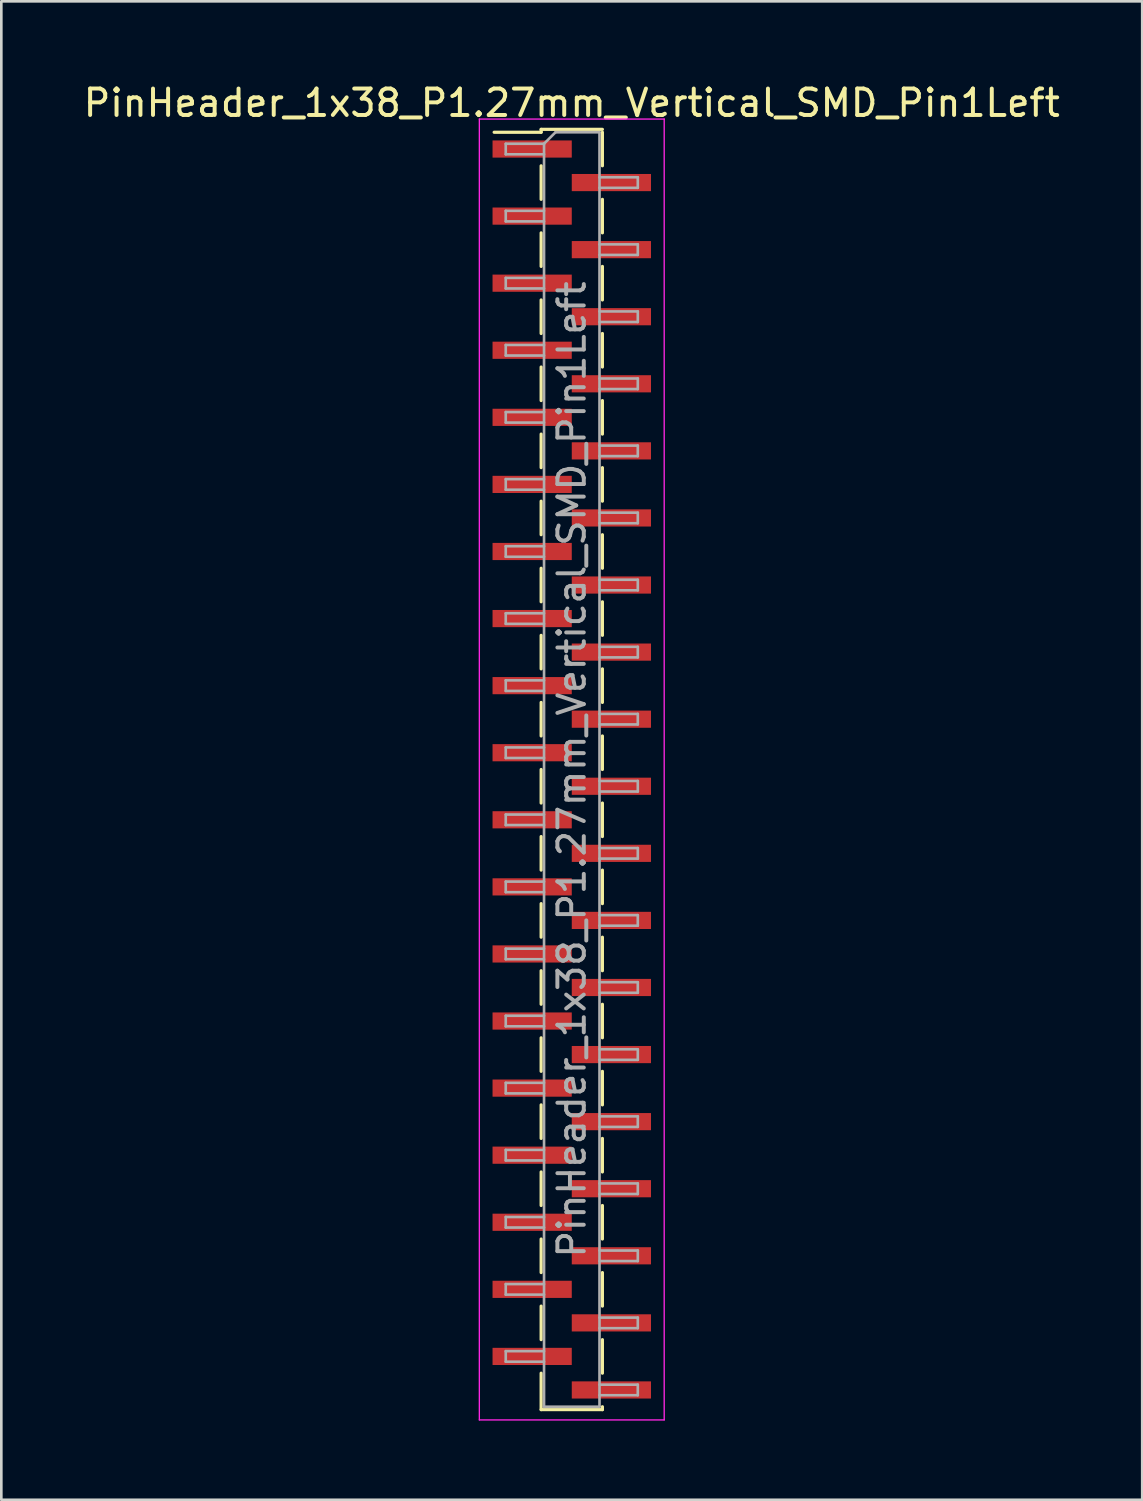
<source format=kicad_pcb>
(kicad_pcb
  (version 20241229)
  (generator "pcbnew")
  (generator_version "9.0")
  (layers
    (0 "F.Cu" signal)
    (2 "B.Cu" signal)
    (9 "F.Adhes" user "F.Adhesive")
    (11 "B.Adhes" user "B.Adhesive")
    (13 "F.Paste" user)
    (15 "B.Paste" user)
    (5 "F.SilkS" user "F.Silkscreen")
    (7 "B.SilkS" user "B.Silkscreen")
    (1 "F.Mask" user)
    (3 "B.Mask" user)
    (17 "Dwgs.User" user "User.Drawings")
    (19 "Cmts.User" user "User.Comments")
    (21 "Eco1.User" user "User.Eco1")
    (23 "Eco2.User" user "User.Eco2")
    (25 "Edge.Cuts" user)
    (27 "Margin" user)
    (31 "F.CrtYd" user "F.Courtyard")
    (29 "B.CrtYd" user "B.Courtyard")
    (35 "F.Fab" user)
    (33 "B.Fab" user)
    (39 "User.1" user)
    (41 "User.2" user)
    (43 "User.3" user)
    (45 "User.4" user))
  (footprint "PinHeader_1x38_P1.27mm_Vertical_SMD_Pin1Left"
    (layer "F.Cu")
    (at 18.601 26.088)
    (property "Reference" "PinHeader_1x38_P1.27mm_Vertical_SMD_Pin1Left" (at 0 -25.24 0) (layer "F.SilkS") (effects (font (size 1 1) (thickness 0.15))))
    (attr smd)
    (fp_line (start -1.16 -24.24) (end -1.16 -24.13) (stroke (width 0.12) (type solid)) (layer "F.SilkS"))
    (fp_line (start -1.16 -24.24) (end 1.16 -24.24) (stroke (width 0.12) (type solid)) (layer "F.SilkS"))
    (fp_line (start -1.16 -24.13) (end -2.94 -24.13) (stroke (width 0.12) (type solid)) (layer "F.SilkS"))
    (fp_line (start -1.16 -22.86) (end -1.16 -21.59) (stroke (width 0.12) (type solid)) (layer "F.SilkS"))
    (fp_line (start -1.16 -20.32) (end -1.16 -19.05) (stroke (width 0.12) (type solid)) (layer "F.SilkS"))
    (fp_line (start -1.16 -17.78) (end -1.16 -16.51) (stroke (width 0.12) (type solid)) (layer "F.SilkS"))
    (fp_line (start -1.16 -15.24) (end -1.16 -13.97) (stroke (width 0.12) (type solid)) (layer "F.SilkS"))
    (fp_line (start -1.16 -12.7) (end -1.16 -11.43) (stroke (width 0.12) (type solid)) (layer "F.SilkS"))
    (fp_line (start -1.16 -10.16) (end -1.16 -8.89) (stroke (width 0.12) (type solid)) (layer "F.SilkS"))
    (fp_line (start -1.16 -7.62) (end -1.16 -6.35) (stroke (width 0.12) (type solid)) (layer "F.SilkS"))
    (fp_line (start -1.16 -5.08) (end -1.16 -3.81) (stroke (width 0.12) (type solid)) (layer "F.SilkS"))
    (fp_line (start -1.16 -2.54) (end -1.16 -1.27) (stroke (width 0.12) (type solid)) (layer "F.SilkS"))
    (fp_line (start -1.16 0) (end -1.16 1.27) (stroke (width 0.12) (type solid)) (layer "F.SilkS"))
    (fp_line (start -1.16 2.54) (end -1.16 3.81) (stroke (width 0.12) (type solid)) (layer "F.SilkS"))
    (fp_line (start -1.16 5.08) (end -1.16 6.35) (stroke (width 0.12) (type solid)) (layer "F.SilkS"))
    (fp_line (start -1.16 7.62) (end -1.16 8.89) (stroke (width 0.12) (type solid)) (layer "F.SilkS"))
    (fp_line (start -1.16 10.16) (end -1.16 11.43) (stroke (width 0.12) (type solid)) (layer "F.SilkS"))
    (fp_line (start -1.16 12.7) (end -1.16 13.97) (stroke (width 0.12) (type solid)) (layer "F.SilkS"))
    (fp_line (start -1.16 15.24) (end -1.16 16.51) (stroke (width 0.12) (type solid)) (layer "F.SilkS"))
    (fp_line (start -1.16 17.78) (end -1.16 19.05) (stroke (width 0.12) (type solid)) (layer "F.SilkS"))
    (fp_line (start -1.16 20.32) (end -1.16 21.59) (stroke (width 0.12) (type solid)) (layer "F.SilkS"))
    (fp_line (start -1.16 22.86) (end -1.16 24.24) (stroke (width 0.12) (type solid)) (layer "F.SilkS"))
    (fp_line (start -1.16 24.24) (end 1.16 24.24) (stroke (width 0.12) (type solid)) (layer "F.SilkS"))
    (fp_line (start 1.16 -24.13) (end 1.16 -22.86) (stroke (width 0.12) (type solid)) (layer "F.SilkS"))
    (fp_line (start 1.16 -21.59) (end 1.16 -20.32) (stroke (width 0.12) (type solid)) (layer "F.SilkS"))
    (fp_line (start 1.16 -19.05) (end 1.16 -17.78) (stroke (width 0.12) (type solid)) (layer "F.SilkS"))
    (fp_line (start 1.16 -16.51) (end 1.16 -15.24) (stroke (width 0.12) (type solid)) (layer "F.SilkS"))
    (fp_line (start 1.16 -13.97) (end 1.16 -12.7) (stroke (width 0.12) (type solid)) (layer "F.SilkS"))
    (fp_line (start 1.16 -11.43) (end 1.16 -10.16) (stroke (width 0.12) (type solid)) (layer "F.SilkS"))
    (fp_line (start 1.16 -8.89) (end 1.16 -7.62) (stroke (width 0.12) (type solid)) (layer "F.SilkS"))
    (fp_line (start 1.16 -6.35) (end 1.16 -5.08) (stroke (width 0.12) (type solid)) (layer "F.SilkS"))
    (fp_line (start 1.16 -3.81) (end 1.16 -2.54) (stroke (width 0.12) (type solid)) (layer "F.SilkS"))
    (fp_line (start 1.16 -1.27) (end 1.16 0) (stroke (width 0.12) (type solid)) (layer "F.SilkS"))
    (fp_line (start 1.16 1.27) (end 1.16 2.54) (stroke (width 0.12) (type solid)) (layer "F.SilkS"))
    (fp_line (start 1.16 3.81) (end 1.16 5.08) (stroke (width 0.12) (type solid)) (layer "F.SilkS"))
    (fp_line (start 1.16 6.35) (end 1.16 7.62) (stroke (width 0.12) (type solid)) (layer "F.SilkS"))
    (fp_line (start 1.16 8.89) (end 1.16 10.16) (stroke (width 0.12) (type solid)) (layer "F.SilkS"))
    (fp_line (start 1.16 11.43) (end 1.16 12.7) (stroke (width 0.12) (type solid)) (layer "F.SilkS"))
    (fp_line (start 1.16 13.97) (end 1.16 15.24) (stroke (width 0.12) (type solid)) (layer "F.SilkS"))
    (fp_line (start 1.16 16.51) (end 1.16 17.78) (stroke (width 0.12) (type solid)) (layer "F.SilkS"))
    (fp_line (start 1.16 19.05) (end 1.16 20.32) (stroke (width 0.12) (type solid)) (layer "F.SilkS"))
    (fp_line (start 1.16 21.59) (end 1.16 22.86) (stroke (width 0.12) (type solid)) (layer "F.SilkS"))
    (fp_line (start 1.16 24.13) (end 1.16 24.24) (stroke (width 0.12) (type solid)) (layer "F.SilkS"))
    (fp_line (start -3.5 -24.63) (end -3.5 24.63) (stroke (width 0.05) (type solid)) (layer "F.CrtYd"))
    (fp_line (start -3.5 24.63) (end 3.5 24.63) (stroke (width 0.05) (type solid)) (layer "F.CrtYd"))
    (fp_line (start 3.5 -24.63) (end -3.5 -24.63) (stroke (width 0.05) (type solid)) (layer "F.CrtYd"))
    (fp_line (start 3.5 24.63) (end 3.5 -24.63) (stroke (width 0.05) (type solid)) (layer "F.CrtYd"))
    (fp_line (start -2.5 -23.695) (end -2.5 -23.295) (stroke (width 0.1) (type solid)) (layer "F.Fab"))
    (fp_line (start -2.5 -23.295) (end -1.05 -23.295) (stroke (width 0.1) (type solid)) (layer "F.Fab"))
    (fp_line (start -2.5 -21.155) (end -2.5 -20.755) (stroke (width 0.1) (type solid)) (layer "F.Fab"))
    (fp_line (start -2.5 -20.755) (end -1.05 -20.755) (stroke (width 0.1) (type solid)) (layer "F.Fab"))
    (fp_line (start -2.5 -18.615) (end -2.5 -18.215) (stroke (width 0.1) (type solid)) (layer "F.Fab"))
    (fp_line (start -2.5 -18.215) (end -1.05 -18.215) (stroke (width 0.1) (type solid)) (layer "F.Fab"))
    (fp_line (start -2.5 -16.075) (end -2.5 -15.675) (stroke (width 0.1) (type solid)) (layer "F.Fab"))
    (fp_line (start -2.5 -15.675) (end -1.05 -15.675) (stroke (width 0.1) (type solid)) (layer "F.Fab"))
    (fp_line (start -2.5 -13.535) (end -2.5 -13.135) (stroke (width 0.1) (type solid)) (layer "F.Fab"))
    (fp_line (start -2.5 -13.135) (end -1.05 -13.135) (stroke (width 0.1) (type solid)) (layer "F.Fab"))
    (fp_line (start -2.5 -10.995) (end -2.5 -10.595) (stroke (width 0.1) (type solid)) (layer "F.Fab"))
    (fp_line (start -2.5 -10.595) (end -1.05 -10.595) (stroke (width 0.1) (type solid)) (layer "F.Fab"))
    (fp_line (start -2.5 -8.455) (end -2.5 -8.055) (stroke (width 0.1) (type solid)) (layer "F.Fab"))
    (fp_line (start -2.5 -8.055) (end -1.05 -8.055) (stroke (width 0.1) (type solid)) (layer "F.Fab"))
    (fp_line (start -2.5 -5.915) (end -2.5 -5.515) (stroke (width 0.1) (type solid)) (layer "F.Fab"))
    (fp_line (start -2.5 -5.515) (end -1.05 -5.515) (stroke (width 0.1) (type solid)) (layer "F.Fab"))
    (fp_line (start -2.5 -3.375) (end -2.5 -2.975) (stroke (width 0.1) (type solid)) (layer "F.Fab"))
    (fp_line (start -2.5 -2.975) (end -1.05 -2.975) (stroke (width 0.1) (type solid)) (layer "F.Fab"))
    (fp_line (start -2.5 -0.835) (end -2.5 -0.435) (stroke (width 0.1) (type solid)) (layer "F.Fab"))
    (fp_line (start -2.5 -0.435) (end -1.05 -0.435) (stroke (width 0.1) (type solid)) (layer "F.Fab"))
    (fp_line (start -2.5 1.705) (end -2.5 2.105) (stroke (width 0.1) (type solid)) (layer "F.Fab"))
    (fp_line (start -2.5 2.105) (end -1.05 2.105) (stroke (width 0.1) (type solid)) (layer "F.Fab"))
    (fp_line (start -2.5 4.245) (end -2.5 4.645) (stroke (width 0.1) (type solid)) (layer "F.Fab"))
    (fp_line (start -2.5 4.645) (end -1.05 4.645) (stroke (width 0.1) (type solid)) (layer "F.Fab"))
    (fp_line (start -2.5 6.785) (end -2.5 7.185) (stroke (width 0.1) (type solid)) (layer "F.Fab"))
    (fp_line (start -2.5 7.185) (end -1.05 7.185) (stroke (width 0.1) (type solid)) (layer "F.Fab"))
    (fp_line (start -2.5 9.325) (end -2.5 9.725) (stroke (width 0.1) (type solid)) (layer "F.Fab"))
    (fp_line (start -2.5 9.725) (end -1.05 9.725) (stroke (width 0.1) (type solid)) (layer "F.Fab"))
    (fp_line (start -2.5 11.865) (end -2.5 12.265) (stroke (width 0.1) (type solid)) (layer "F.Fab"))
    (fp_line (start -2.5 12.265) (end -1.05 12.265) (stroke (width 0.1) (type solid)) (layer "F.Fab"))
    (fp_line (start -2.5 14.405) (end -2.5 14.805) (stroke (width 0.1) (type solid)) (layer "F.Fab"))
    (fp_line (start -2.5 14.805) (end -1.05 14.805) (stroke (width 0.1) (type solid)) (layer "F.Fab"))
    (fp_line (start -2.5 16.945) (end -2.5 17.345) (stroke (width 0.1) (type solid)) (layer "F.Fab"))
    (fp_line (start -2.5 17.345) (end -1.05 17.345) (stroke (width 0.1) (type solid)) (layer "F.Fab"))
    (fp_line (start -2.5 19.485) (end -2.5 19.885) (stroke (width 0.1) (type solid)) (layer "F.Fab"))
    (fp_line (start -2.5 19.885) (end -1.05 19.885) (stroke (width 0.1) (type solid)) (layer "F.Fab"))
    (fp_line (start -2.5 22.025) (end -2.5 22.425) (stroke (width 0.1) (type solid)) (layer "F.Fab"))
    (fp_line (start -2.5 22.425) (end -1.05 22.425) (stroke (width 0.1) (type solid)) (layer "F.Fab"))
    (fp_line (start -1.05 -23.695) (end -2.5 -23.695) (stroke (width 0.1) (type solid)) (layer "F.Fab"))
    (fp_line (start -1.05 -23.695) (end -0.615 -24.13) (stroke (width 0.1) (type solid)) (layer "F.Fab"))
    (fp_line (start -1.05 -21.155) (end -2.5 -21.155) (stroke (width 0.1) (type solid)) (layer "F.Fab"))
    (fp_line (start -1.05 -18.615) (end -2.5 -18.615) (stroke (width 0.1) (type solid)) (layer "F.Fab"))
    (fp_line (start -1.05 -16.075) (end -2.5 -16.075) (stroke (width 0.1) (type solid)) (layer "F.Fab"))
    (fp_line (start -1.05 -13.535) (end -2.5 -13.535) (stroke (width 0.1) (type solid)) (layer "F.Fab"))
    (fp_line (start -1.05 -10.995) (end -2.5 -10.995) (stroke (width 0.1) (type solid)) (layer "F.Fab"))
    (fp_line (start -1.05 -8.455) (end -2.5 -8.455) (stroke (width 0.1) (type solid)) (layer "F.Fab"))
    (fp_line (start -1.05 -5.915) (end -2.5 -5.915) (stroke (width 0.1) (type solid)) (layer "F.Fab"))
    (fp_line (start -1.05 -3.375) (end -2.5 -3.375) (stroke (width 0.1) (type solid)) (layer "F.Fab"))
    (fp_line (start -1.05 -0.835) (end -2.5 -0.835) (stroke (width 0.1) (type solid)) (layer "F.Fab"))
    (fp_line (start -1.05 1.705) (end -2.5 1.705) (stroke (width 0.1) (type solid)) (layer "F.Fab"))
    (fp_line (start -1.05 4.245) (end -2.5 4.245) (stroke (width 0.1) (type solid)) (layer "F.Fab"))
    (fp_line (start -1.05 6.785) (end -2.5 6.785) (stroke (width 0.1) (type solid)) (layer "F.Fab"))
    (fp_line (start -1.05 9.325) (end -2.5 9.325) (stroke (width 0.1) (type solid)) (layer "F.Fab"))
    (fp_line (start -1.05 11.865) (end -2.5 11.865) (stroke (width 0.1) (type solid)) (layer "F.Fab"))
    (fp_line (start -1.05 14.405) (end -2.5 14.405) (stroke (width 0.1) (type solid)) (layer "F.Fab"))
    (fp_line (start -1.05 16.945) (end -2.5 16.945) (stroke (width 0.1) (type solid)) (layer "F.Fab"))
    (fp_line (start -1.05 19.485) (end -2.5 19.485) (stroke (width 0.1) (type solid)) (layer "F.Fab"))
    (fp_line (start -1.05 22.025) (end -2.5 22.025) (stroke (width 0.1) (type solid)) (layer "F.Fab"))
    (fp_line (start -1.05 24.13) (end -1.05 -23.695) (stroke (width 0.1) (type solid)) (layer "F.Fab"))
    (fp_line (start -0.615 -24.13) (end 1.05 -24.13) (stroke (width 0.1) (type solid)) (layer "F.Fab"))
    (fp_line (start 1.05 -24.13) (end 1.05 24.13) (stroke (width 0.1) (type solid)) (layer "F.Fab"))
    (fp_line (start 1.05 -22.425) (end 2.5 -22.425) (stroke (width 0.1) (type solid)) (layer "F.Fab"))
    (fp_line (start 1.05 -19.885) (end 2.5 -19.885) (stroke (width 0.1) (type solid)) (layer "F.Fab"))
    (fp_line (start 1.05 -17.345) (end 2.5 -17.345) (stroke (width 0.1) (type solid)) (layer "F.Fab"))
    (fp_line (start 1.05 -14.805) (end 2.5 -14.805) (stroke (width 0.1) (type solid)) (layer "F.Fab"))
    (fp_line (start 1.05 -12.265) (end 2.5 -12.265) (stroke (width 0.1) (type solid)) (layer "F.Fab"))
    (fp_line (start 1.05 -9.725) (end 2.5 -9.725) (stroke (width 0.1) (type solid)) (layer "F.Fab"))
    (fp_line (start 1.05 -7.185) (end 2.5 -7.185) (stroke (width 0.1) (type solid)) (layer "F.Fab"))
    (fp_line (start 1.05 -4.645) (end 2.5 -4.645) (stroke (width 0.1) (type solid)) (layer "F.Fab"))
    (fp_line (start 1.05 -2.105) (end 2.5 -2.105) (stroke (width 0.1) (type solid)) (layer "F.Fab"))
    (fp_line (start 1.05 0.435) (end 2.5 0.435) (stroke (width 0.1) (type solid)) (layer "F.Fab"))
    (fp_line (start 1.05 2.975) (end 2.5 2.975) (stroke (width 0.1) (type solid)) (layer "F.Fab"))
    (fp_line (start 1.05 5.515) (end 2.5 5.515) (stroke (width 0.1) (type solid)) (layer "F.Fab"))
    (fp_line (start 1.05 8.055) (end 2.5 8.055) (stroke (width 0.1) (type solid)) (layer "F.Fab"))
    (fp_line (start 1.05 10.595) (end 2.5 10.595) (stroke (width 0.1) (type solid)) (layer "F.Fab"))
    (fp_line (start 1.05 13.135) (end 2.5 13.135) (stroke (width 0.1) (type solid)) (layer "F.Fab"))
    (fp_line (start 1.05 15.675) (end 2.5 15.675) (stroke (width 0.1) (type solid)) (layer "F.Fab"))
    (fp_line (start 1.05 18.215) (end 2.5 18.215) (stroke (width 0.1) (type solid)) (layer "F.Fab"))
    (fp_line (start 1.05 20.755) (end 2.5 20.755) (stroke (width 0.1) (type solid)) (layer "F.Fab"))
    (fp_line (start 1.05 23.295) (end 2.5 23.295) (stroke (width 0.1) (type solid)) (layer "F.Fab"))
    (fp_line (start 1.05 24.13) (end -1.05 24.13) (stroke (width 0.1) (type solid)) (layer "F.Fab"))
    (fp_line (start 2.5 -22.425) (end 2.5 -22.025) (stroke (width 0.1) (type solid)) (layer "F.Fab"))
    (fp_line (start 2.5 -22.025) (end 1.05 -22.025) (stroke (width 0.1) (type solid)) (layer "F.Fab"))
    (fp_line (start 2.5 -19.885) (end 2.5 -19.485) (stroke (width 0.1) (type solid)) (layer "F.Fab"))
    (fp_line (start 2.5 -19.485) (end 1.05 -19.485) (stroke (width 0.1) (type solid)) (layer "F.Fab"))
    (fp_line (start 2.5 -17.345) (end 2.5 -16.945) (stroke (width 0.1) (type solid)) (layer "F.Fab"))
    (fp_line (start 2.5 -16.945) (end 1.05 -16.945) (stroke (width 0.1) (type solid)) (layer "F.Fab"))
    (fp_line (start 2.5 -14.805) (end 2.5 -14.405) (stroke (width 0.1) (type solid)) (layer "F.Fab"))
    (fp_line (start 2.5 -14.405) (end 1.05 -14.405) (stroke (width 0.1) (type solid)) (layer "F.Fab"))
    (fp_line (start 2.5 -12.265) (end 2.5 -11.865) (stroke (width 0.1) (type solid)) (layer "F.Fab"))
    (fp_line (start 2.5 -11.865) (end 1.05 -11.865) (stroke (width 0.1) (type solid)) (layer "F.Fab"))
    (fp_line (start 2.5 -9.725) (end 2.5 -9.325) (stroke (width 0.1) (type solid)) (layer "F.Fab"))
    (fp_line (start 2.5 -9.325) (end 1.05 -9.325) (stroke (width 0.1) (type solid)) (layer "F.Fab"))
    (fp_line (start 2.5 -7.185) (end 2.5 -6.785) (stroke (width 0.1) (type solid)) (layer "F.Fab"))
    (fp_line (start 2.5 -6.785) (end 1.05 -6.785) (stroke (width 0.1) (type solid)) (layer "F.Fab"))
    (fp_line (start 2.5 -4.645) (end 2.5 -4.245) (stroke (width 0.1) (type solid)) (layer "F.Fab"))
    (fp_line (start 2.5 -4.245) (end 1.05 -4.245) (stroke (width 0.1) (type solid)) (layer "F.Fab"))
    (fp_line (start 2.5 -2.105) (end 2.5 -1.705) (stroke (width 0.1) (type solid)) (layer "F.Fab"))
    (fp_line (start 2.5 -1.705) (end 1.05 -1.705) (stroke (width 0.1) (type solid)) (layer "F.Fab"))
    (fp_line (start 2.5 0.435) (end 2.5 0.835) (stroke (width 0.1) (type solid)) (layer "F.Fab"))
    (fp_line (start 2.5 0.835) (end 1.05 0.835) (stroke (width 0.1) (type solid)) (layer "F.Fab"))
    (fp_line (start 2.5 2.975) (end 2.5 3.375) (stroke (width 0.1) (type solid)) (layer "F.Fab"))
    (fp_line (start 2.5 3.375) (end 1.05 3.375) (stroke (width 0.1) (type solid)) (layer "F.Fab"))
    (fp_line (start 2.5 5.515) (end 2.5 5.915) (stroke (width 0.1) (type solid)) (layer "F.Fab"))
    (fp_line (start 2.5 5.915) (end 1.05 5.915) (stroke (width 0.1) (type solid)) (layer "F.Fab"))
    (fp_line (start 2.5 8.055) (end 2.5 8.455) (stroke (width 0.1) (type solid)) (layer "F.Fab"))
    (fp_line (start 2.5 8.455) (end 1.05 8.455) (stroke (width 0.1) (type solid)) (layer "F.Fab"))
    (fp_line (start 2.5 10.595) (end 2.5 10.995) (stroke (width 0.1) (type solid)) (layer "F.Fab"))
    (fp_line (start 2.5 10.995) (end 1.05 10.995) (stroke (width 0.1) (type solid)) (layer "F.Fab"))
    (fp_line (start 2.5 13.135) (end 2.5 13.535) (stroke (width 0.1) (type solid)) (layer "F.Fab"))
    (fp_line (start 2.5 13.535) (end 1.05 13.535) (stroke (width 0.1) (type solid)) (layer "F.Fab"))
    (fp_line (start 2.5 15.675) (end 2.5 16.075) (stroke (width 0.1) (type solid)) (layer "F.Fab"))
    (fp_line (start 2.5 16.075) (end 1.05 16.075) (stroke (width 0.1) (type solid)) (layer "F.Fab"))
    (fp_line (start 2.5 18.215) (end 2.5 18.615) (stroke (width 0.1) (type solid)) (layer "F.Fab"))
    (fp_line (start 2.5 18.615) (end 1.05 18.615) (stroke (width 0.1) (type solid)) (layer "F.Fab"))
    (fp_line (start 2.5 20.755) (end 2.5 21.155) (stroke (width 0.1) (type solid)) (layer "F.Fab"))
    (fp_line (start 2.5 21.155) (end 1.05 21.155) (stroke (width 0.1) (type solid)) (layer "F.Fab"))
    (fp_line (start 2.5 23.295) (end 2.5 23.695) (stroke (width 0.1) (type solid)) (layer "F.Fab"))
    (fp_line (start 2.5 23.695) (end 1.05 23.695) (stroke (width 0.1) (type solid)) (layer "F.Fab"))
    (fp_text user "${REFERENCE}" (at 0 0 90) (layer "F.Fab") (effects (font (size 1 1) (thickness 0.15))))
    (pad "1" smd rect (at -1.5 -23.495) (size 3 0.65) (layers "F.Cu" "F.Mask" "F.Paste"))
    (pad "2" smd rect (at 1.5 -22.225) (size 3 0.65) (layers "F.Cu" "F.Mask" "F.Paste"))
    (pad "3" smd rect (at -1.5 -20.955) (size 3 0.65) (layers "F.Cu" "F.Mask" "F.Paste"))
    (pad "4" smd rect (at 1.5 -19.685) (size 3 0.65) (layers "F.Cu" "F.Mask" "F.Paste"))
    (pad "5" smd rect (at -1.5 -18.415) (size 3 0.65) (layers "F.Cu" "F.Mask" "F.Paste"))
    (pad "6" smd rect (at 1.5 -17.145) (size 3 0.65) (layers "F.Cu" "F.Mask" "F.Paste"))
    (pad "7" smd rect (at -1.5 -15.875) (size 3 0.65) (layers "F.Cu" "F.Mask" "F.Paste"))
    (pad "8" smd rect (at 1.5 -14.605) (size 3 0.65) (layers "F.Cu" "F.Mask" "F.Paste"))
    (pad "9" smd rect (at -1.5 -13.335) (size 3 0.65) (layers "F.Cu" "F.Mask" "F.Paste"))
    (pad "10" smd rect (at 1.5 -12.065) (size 3 0.65) (layers "F.Cu" "F.Mask" "F.Paste"))
    (pad "11" smd rect (at -1.5 -10.795) (size 3 0.65) (layers "F.Cu" "F.Mask" "F.Paste"))
    (pad "12" smd rect (at 1.5 -9.525) (size 3 0.65) (layers "F.Cu" "F.Mask" "F.Paste"))
    (pad "13" smd rect (at -1.5 -8.255) (size 3 0.65) (layers "F.Cu" "F.Mask" "F.Paste"))
    (pad "14" smd rect (at 1.5 -6.985) (size 3 0.65) (layers "F.Cu" "F.Mask" "F.Paste"))
    (pad "15" smd rect (at -1.5 -5.715) (size 3 0.65) (layers "F.Cu" "F.Mask" "F.Paste"))
    (pad "16" smd rect (at 1.5 -4.445) (size 3 0.65) (layers "F.Cu" "F.Mask" "F.Paste"))
    (pad "17" smd rect (at -1.5 -3.175) (size 3 0.65) (layers "F.Cu" "F.Mask" "F.Paste"))
    (pad "18" smd rect (at 1.5 -1.905) (size 3 0.65) (layers "F.Cu" "F.Mask" "F.Paste"))
    (pad "19" smd rect (at -1.5 -0.635) (size 3 0.65) (layers "F.Cu" "F.Mask" "F.Paste"))
    (pad "20" smd rect (at 1.5 0.635) (size 3 0.65) (layers "F.Cu" "F.Mask" "F.Paste"))
    (pad "21" smd rect (at -1.5 1.905) (size 3 0.65) (layers "F.Cu" "F.Mask" "F.Paste"))
    (pad "22" smd rect (at 1.5 3.175) (size 3 0.65) (layers "F.Cu" "F.Mask" "F.Paste"))
    (pad "23" smd rect (at -1.5 4.445) (size 3 0.65) (layers "F.Cu" "F.Mask" "F.Paste"))
    (pad "24" smd rect (at 1.5 5.715) (size 3 0.65) (layers "F.Cu" "F.Mask" "F.Paste"))
    (pad "25" smd rect (at -1.5 6.985) (size 3 0.65) (layers "F.Cu" "F.Mask" "F.Paste"))
    (pad "26" smd rect (at 1.5 8.255) (size 3 0.65) (layers "F.Cu" "F.Mask" "F.Paste"))
    (pad "27" smd rect (at -1.5 9.525) (size 3 0.65) (layers "F.Cu" "F.Mask" "F.Paste"))
    (pad "28" smd rect (at 1.5 10.795) (size 3 0.65) (layers "F.Cu" "F.Mask" "F.Paste"))
    (pad "29" smd rect (at -1.5 12.065) (size 3 0.65) (layers "F.Cu" "F.Mask" "F.Paste"))
    (pad "30" smd rect (at 1.5 13.335) (size 3 0.65) (layers "F.Cu" "F.Mask" "F.Paste"))
    (pad "31" smd rect (at -1.5 14.605) (size 3 0.65) (layers "F.Cu" "F.Mask" "F.Paste"))
    (pad "32" smd rect (at 1.5 15.875) (size 3 0.65) (layers "F.Cu" "F.Mask" "F.Paste"))
    (pad "33" smd rect (at -1.5 17.145) (size 3 0.65) (layers "F.Cu" "F.Mask" "F.Paste"))
    (pad "34" smd rect (at 1.5 18.415) (size 3 0.65) (layers "F.Cu" "F.Mask" "F.Paste"))
    (pad "35" smd rect (at -1.5 19.685) (size 3 0.65) (layers "F.Cu" "F.Mask" "F.Paste"))
    (pad "36" smd rect (at 1.5 20.955) (size 3 0.65) (layers "F.Cu" "F.Mask" "F.Paste"))
    (pad "37" smd rect (at -1.5 22.225) (size 3 0.65) (layers "F.Cu" "F.Mask" "F.Paste"))
    (pad "38" smd rect (at 1.5 23.495) (size 3 0.65) (layers "F.Cu" "F.Mask" "F.Paste")))
  (gr_rect
    (start -3 -3)
    (end 40.202 53.743)
    (stroke (width 0.1) (type default))
    (fill no)
    (layer "Edge.Cuts")))
</source>
